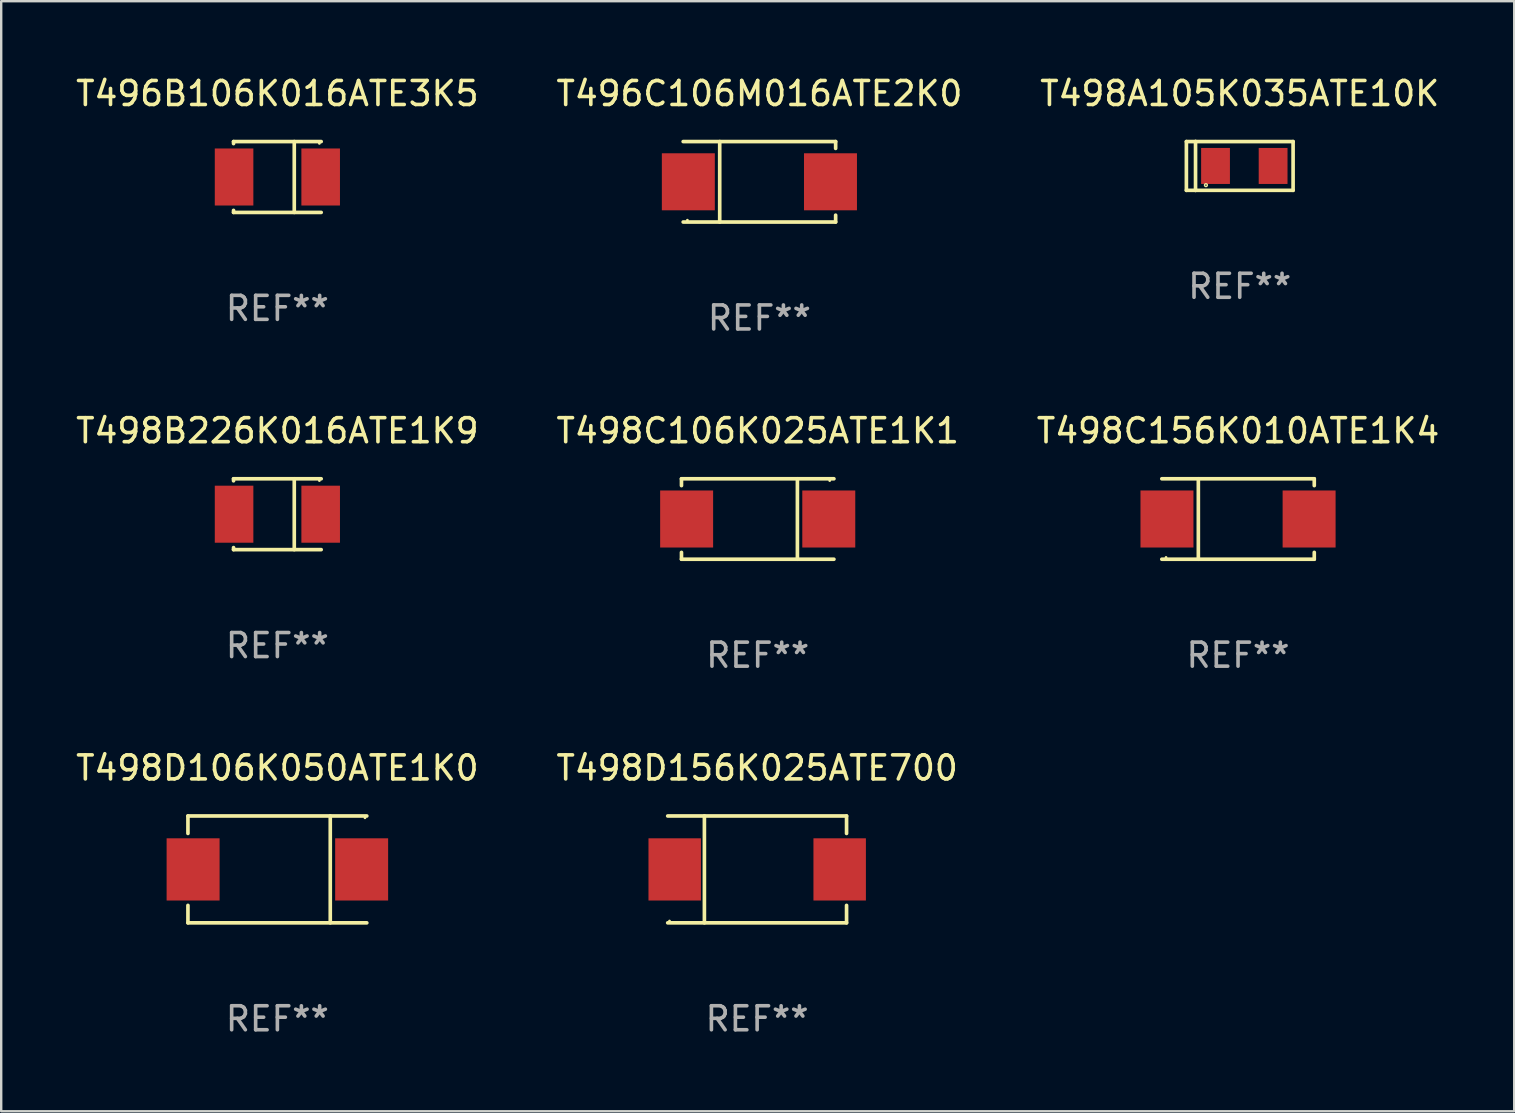
<source format=kicad_pcb>
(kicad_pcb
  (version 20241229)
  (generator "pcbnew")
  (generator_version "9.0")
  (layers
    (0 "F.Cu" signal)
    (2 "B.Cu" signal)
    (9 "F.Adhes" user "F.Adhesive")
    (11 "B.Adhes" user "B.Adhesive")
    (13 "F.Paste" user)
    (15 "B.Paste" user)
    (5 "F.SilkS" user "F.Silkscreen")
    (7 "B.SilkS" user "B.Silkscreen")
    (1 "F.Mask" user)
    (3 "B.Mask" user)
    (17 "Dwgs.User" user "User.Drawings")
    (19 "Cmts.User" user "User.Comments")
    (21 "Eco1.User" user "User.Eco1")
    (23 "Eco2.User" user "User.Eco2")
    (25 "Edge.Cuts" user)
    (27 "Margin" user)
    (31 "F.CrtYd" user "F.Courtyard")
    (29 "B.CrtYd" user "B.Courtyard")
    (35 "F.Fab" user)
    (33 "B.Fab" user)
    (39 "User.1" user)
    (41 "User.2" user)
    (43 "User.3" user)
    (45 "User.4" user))
  (footprint "T498D156K025ATE700"
    (layer "F.Cu")
    (at 28.494 33.172)
    (property "Reference" "T498D156K025ATE700" (at 0 -4.226 0) (layer "F.SilkS") (effects (font (size 1 1) (thickness 0.15))))
    (attr through_hole)
    (fp_line (start -3.726 -2.226) (end 3.726 -2.226) (stroke (width 0.152) (type solid)) (layer "F.SilkS"))
    (fp_line (start -3.726 2.226) (end 3.726 2.226) (stroke (width 0.152) (type solid)) (layer "F.SilkS"))
    (fp_line (start -2.197 -2.226) (end -2.197 2.226) (stroke (width 0.152) (type solid)) (layer "F.SilkS"))
    (fp_line (start 3.726 -2.226) (end 3.726 -1.499) (stroke (width 0.152) (type solid)) (layer "F.SilkS"))
    (fp_line (start 3.726 2.226) (end 3.726 1.499) (stroke (width 0.152) (type solid)) (layer "F.SilkS"))
    (fp_circle (center -3.65 2.15) (end -3.62 2.15) (stroke (width 0.06) (type solid)) (fill no) (layer "F.SilkS"))
    (fp_text user "REF**" (at 0 6.226 0) (layer "F.Fab") (effects (font (size 1 1) (thickness 0.15))))
    (pad "1" smd rect (at -3.434 0 180) (size 2.185 2.592) (layers "F.Cu" "F.Mask" "F.Paste"))
    (pad "2" smd rect (at 3.439 0 180) (size 2.185 2.592) (layers "F.Cu" "F.Mask" "F.Paste")))
  (footprint "T498A105K035ATE10K"
    (layer "F.Cu")
    (at 48.601 3.864)
    (property "Reference" "T498A105K035ATE10K" (at 0 -3.016 0) (layer "F.SilkS") (effects (font (size 1 1) (thickness 0.15))))
    (attr through_hole)
    (fp_line (start -2.223 -1.016) (end -2.223 1.016) (stroke (width 0.152) (type solid)) (layer "F.SilkS"))
    (fp_line (start -2.223 1.016) (end -1.842 1.016) (stroke (width 0.152) (type solid)) (layer "F.SilkS"))
    (fp_line (start -1.842 -1.016) (end -2.223 -1.016) (stroke (width 0.152) (type solid)) (layer "F.SilkS"))
    (fp_line (start -1.842 -1.016) (end -1.842 1.016) (stroke (width 0.152) (type solid)) (layer "F.SilkS"))
    (fp_line (start -1.842 1.016) (end 2.223 1.016) (stroke (width 0.152) (type solid)) (layer "F.SilkS"))
    (fp_line (start 2.223 -1.016) (end -1.842 -1.016) (stroke (width 0.152) (type solid)) (layer "F.SilkS"))
    (fp_line (start 2.223 1.016) (end 2.223 -1.016) (stroke (width 0.152) (type solid)) (layer "F.SilkS"))
    (fp_circle (center -1.409 0.8) (end -1.38 0.8) (stroke (width 0.06) (type solid)) (fill no) (layer "F.SilkS"))
    (fp_text user "REF**" (at 0 5.016 0) (layer "F.Fab") (effects (font (size 1 1) (thickness 0.15))))
    (pad "1" smd rect (at -1.009 0) (size 1.2 1.5) (layers "F.Cu" "F.Mask" "F.Paste"))
    (pad "2" smd rect (at 1.39 0) (size 1.2 1.5) (layers "F.Cu" "F.Mask" "F.Paste")))
  (footprint "T498C106K025ATE1K1"
    (layer "F.Cu")
    (at 28.518 18.573)
    (property "Reference" "T498C106K025ATE1K1" (at 0 -3.676 0) (layer "F.SilkS") (effects (font (size 1 1) (thickness 0.15))))
    (attr through_hole)
    (fp_line (start -3.176 -1.676) (end -3.176 -1.391) (stroke (width 0.152) (type solid)) (layer "F.SilkS"))
    (fp_line (start -3.176 -1.676) (end 3.176 -1.676) (stroke (width 0.152) (type solid)) (layer "F.SilkS"))
    (fp_line (start -3.176 1.676) (end -3.176 1.391) (stroke (width 0.152) (type solid)) (layer "F.SilkS"))
    (fp_line (start -3.176 1.676) (end 3.176 1.676) (stroke (width 0.152) (type solid)) (layer "F.SilkS"))
    (fp_line (start 1.654 -1.676) (end 1.654 1.676) (stroke (width 0.152) (type solid)) (layer "F.SilkS"))
    (fp_circle (center 3 -1.6) (end 3.03 -1.6) (stroke (width 0.06) (type solid)) (fill no) (layer "F.SilkS"))
    (fp_text user "REF**" (at 0 5.676 0) (layer "F.Fab") (effects (font (size 1 1) (thickness 0.15))))
    (pad "1" smd rect (at 2.961 0) (size 2.207 2.376) (layers "F.Cu" "F.Mask" "F.Paste"))
    (pad "2" smd rect (at -2.961 0) (size 2.207 2.376) (layers "F.Cu" "F.Mask" "F.Paste")))
  (footprint "T498B226K016ATE1K9"
    (layer "F.Cu")
    (at 8.506 18.373)
    (property "Reference" "T498B226K016ATE1K9" (at 0 -3.476 0) (layer "F.SilkS") (effects (font (size 1 1) (thickness 0.15))))
    (attr through_hole)
    (fp_line (start -1.826 -1.476) (end -1.826 -1.391) (stroke (width 0.152) (type solid)) (layer "F.SilkS"))
    (fp_line (start -1.826 -1.476) (end 1.826 -1.476) (stroke (width 0.152) (type solid)) (layer "F.SilkS"))
    (fp_line (start -1.826 1.476) (end -1.826 1.391) (stroke (width 0.152) (type solid)) (layer "F.SilkS"))
    (fp_line (start -1.826 1.476) (end 1.826 1.476) (stroke (width 0.152) (type solid)) (layer "F.SilkS"))
    (fp_line (start 0.704 -1.476) (end 0.704 1.476) (stroke (width 0.152) (type solid)) (layer "F.SilkS"))
    (fp_circle (center 1.75 -1.4) (end 1.78 -1.4) (stroke (width 0.06) (type solid)) (fill no) (layer "F.SilkS"))
    (fp_text user "REF**" (at 0 5.476 0) (layer "F.Fab") (effects (font (size 1 1) (thickness 0.15))))
    (pad "1" smd rect (at 1.804 0) (size 1.607 2.376) (layers "F.Cu" "F.Mask" "F.Paste"))
    (pad "2" smd rect (at -1.804 0) (size 1.607 2.376) (layers "F.Cu" "F.Mask" "F.Paste")))
  (footprint "T496B106K016ATE3K5"
    (layer "F.Cu")
    (at 8.506 4.324)
    (property "Reference" "T496B106K016ATE3K5" (at 0 -3.476 0) (layer "F.SilkS") (effects (font (size 1 1) (thickness 0.15))))
    (attr through_hole)
    (fp_line (start -1.826 -1.476) (end -1.826 -1.391) (stroke (width 0.152) (type solid)) (layer "F.SilkS"))
    (fp_line (start -1.826 -1.476) (end 1.826 -1.476) (stroke (width 0.152) (type solid)) (layer "F.SilkS"))
    (fp_line (start -1.826 1.476) (end -1.826 1.391) (stroke (width 0.152) (type solid)) (layer "F.SilkS"))
    (fp_line (start -1.826 1.476) (end 1.826 1.476) (stroke (width 0.152) (type solid)) (layer "F.SilkS"))
    (fp_line (start 0.704 -1.476) (end 0.704 1.476) (stroke (width 0.152) (type solid)) (layer "F.SilkS"))
    (fp_circle (center 1.75 -1.4) (end 1.78 -1.4) (stroke (width 0.06) (type solid)) (fill no) (layer "F.SilkS"))
    (fp_text user "REF**" (at 0 5.476 0) (layer "F.Fab") (effects (font (size 1 1) (thickness 0.15))))
    (pad "1" smd rect (at 1.804 0) (size 1.607 2.376) (layers "F.Cu" "F.Mask" "F.Paste"))
    (pad "2" smd rect (at -1.804 0) (size 1.607 2.376) (layers "F.Cu" "F.Mask" "F.Paste")))
  (footprint "T498C156K010ATE1K4"
    (layer "F.Cu")
    (at 48.53 18.573)
    (property "Reference" "T498C156K010ATE1K4" (at 0 -3.676 0) (layer "F.SilkS") (effects (font (size 1 1) (thickness 0.15))))
    (attr through_hole)
    (fp_line (start -1.654 1.676) (end -1.654 -1.676) (stroke (width 0.152) (type solid)) (layer "F.SilkS"))
    (fp_line (start 3.176 -1.676) (end -3.176 -1.676) (stroke (width 0.152) (type solid)) (layer "F.SilkS"))
    (fp_line (start 3.176 -1.676) (end 3.176 -1.391) (stroke (width 0.152) (type solid)) (layer "F.SilkS"))
    (fp_line (start 3.176 1.676) (end -3.176 1.676) (stroke (width 0.152) (type solid)) (layer "F.SilkS"))
    (fp_line (start 3.176 1.676) (end 3.176 1.391) (stroke (width 0.152) (type solid)) (layer "F.SilkS"))
    (fp_circle (center -3 1.6) (end -2.97 1.6) (stroke (width 0.06) (type solid)) (fill no) (layer "F.SilkS"))
    (fp_text user "REF**" (at 0 5.676 0) (layer "F.Fab") (effects (font (size 1 1) (thickness 0.15))))
    (pad "1" smd rect (at -2.961 -0.000051 180) (size 2.207 2.376) (layers "F.Cu" "F.Mask" "F.Paste"))
    (pad "2" smd rect (at 2.961 -0.000051 180) (size 2.207 2.376) (layers "F.Cu" "F.Mask" "F.Paste")))
  (footprint "T496C106M016ATE2K0"
    (layer "F.Cu")
    (at 28.589 4.524)
    (property "Reference" "T496C106M016ATE2K0" (at 0 -3.676 0) (layer "F.SilkS") (effects (font (size 1 1) (thickness 0.15))))
    (attr through_hole)
    (fp_line (start -1.654 1.676) (end -1.654 -1.676) (stroke (width 0.152) (type solid)) (layer "F.SilkS"))
    (fp_line (start 3.176 -1.676) (end -3.176 -1.676) (stroke (width 0.152) (type solid)) (layer "F.SilkS"))
    (fp_line (start 3.176 -1.676) (end 3.176 -1.391) (stroke (width 0.152) (type solid)) (layer "F.SilkS"))
    (fp_line (start 3.176 1.676) (end -3.176 1.676) (stroke (width 0.152) (type solid)) (layer "F.SilkS"))
    (fp_line (start 3.176 1.676) (end 3.176 1.391) (stroke (width 0.152) (type solid)) (layer "F.SilkS"))
    (fp_circle (center -3 1.6) (end -2.97 1.6) (stroke (width 0.06) (type solid)) (fill no) (layer "F.SilkS"))
    (fp_text user "REF**" (at 0 5.676 0) (layer "F.Fab") (effects (font (size 1 1) (thickness 0.15))))
    (pad "1" smd rect (at -2.961 -0.000051 180) (size 2.207 2.376) (layers "F.Cu" "F.Mask" "F.Paste"))
    (pad "2" smd rect (at 2.961 -0.000051 180) (size 2.207 2.376) (layers "F.Cu" "F.Mask" "F.Paste")))
  (footprint "T498D106K050ATE1K0"
    (layer "F.Cu")
    (at 8.506 33.172)
    (property "Reference" "T498D106K050ATE1K0" (at 0 -4.226 0) (layer "F.SilkS") (effects (font (size 1 1) (thickness 0.15))))
    (attr through_hole)
    (fp_line (start -3.726 -2.226) (end -3.726 -1.499) (stroke (width 0.152) (type solid)) (layer "F.SilkS"))
    (fp_line (start -3.726 -2.226) (end 3.726 -2.226) (stroke (width 0.152) (type solid)) (layer "F.SilkS"))
    (fp_line (start -3.726 2.226) (end -3.726 1.499) (stroke (width 0.152) (type solid)) (layer "F.SilkS"))
    (fp_line (start -3.726 2.226) (end 3.726 2.226) (stroke (width 0.152) (type solid)) (layer "F.SilkS"))
    (fp_line (start 2.204 -2.226) (end 2.204 2.226) (stroke (width 0.152) (type solid)) (layer "F.SilkS"))
    (fp_circle (center 3.65 -2.15) (end 3.68 -2.15) (stroke (width 0.06) (type solid)) (fill no) (layer "F.SilkS"))
    (fp_text user "REF**" (at 0 6.226 0) (layer "F.Fab") (effects (font (size 1 1) (thickness 0.15))))
    (pad "1" smd rect (at 3.511 0) (size 2.207 2.592) (layers "F.Cu" "F.Mask" "F.Paste"))
    (pad "2" smd rect (at -3.511 0) (size 2.207 2.592) (layers "F.Cu" "F.Mask" "F.Paste")))
  (gr_rect
    (start -3 -3)
    (end 60.036 43.247)
    (stroke (width 0.1) (type default))
    (fill no)
    (layer "Edge.Cuts")))
</source>
